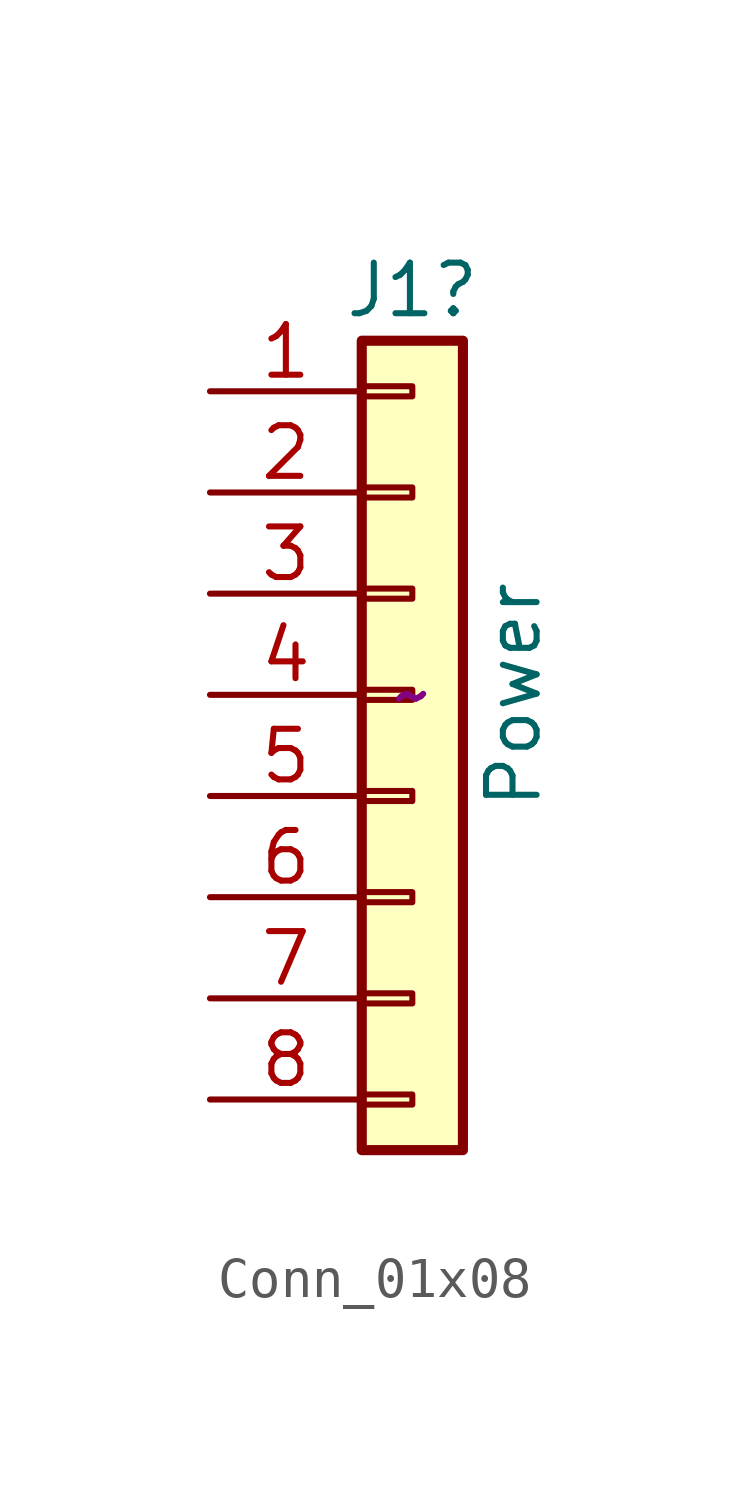
<source format=kicad_sym>
(kicad_symbol_lib
  (version 20241209)
  (generator "kicad_symbol_editor")
  (generator_version "9.0")
  (symbol "Conn_01x08"
    (pin_names
      (offset 1.016)
      (hide yes))
    (property "Reference" "J1"
      (at 0 10.16 0)
      (effects (font (size 1.27 1.27))))
    (property "Value" "Power"
      (at 2.54 0 90)
      (effects (font (size 1.27 1.27))))
    (property "Datasheet" "~"
      (at 0 0 0)
      (effects (font (size 1.27 1.27))))
    (symbol "Conn_01x08_1_1"
      (rectangle (start -1.27 8.89) (end 1.27 -11.43) (stroke (width 0.254) (type default)) (fill (type background)))
      (rectangle (start -1.27 7.747) (end 0 7.493) (stroke (width 0.152) (type default)) (fill (type none)))
      (rectangle (start -1.27 5.207) (end 0 4.953) (stroke (width 0.152) (type default)) (fill (type none)))
      (rectangle (start -1.27 2.667) (end 0 2.413) (stroke (width 0.152) (type default)) (fill (type none)))
      (rectangle (start -1.27 0.127) (end 0 -0.127) (stroke (width 0.152) (type default)) (fill (type none)))
      (rectangle (start -1.27 -2.413) (end 0 -2.667) (stroke (width 0.152) (type default)) (fill (type none)))
      (rectangle (start -1.27 -4.953) (end 0 -5.207) (stroke (width 0.152) (type default)) (fill (type none)))
      (rectangle (start -1.27 -7.493) (end 0 -7.747) (stroke (width 0.152) (type default)) (fill (type none)))
      (rectangle (start -1.27 -10.033) (end 0 -10.287) (stroke (width 0.152) (type default)) (fill (type none)))
      (pin passive line (at -5.08 7.62 0) (length 3.81) (name "Pin_1" (effects (font (size 1.27 1.27)))) (number "1" (effects (font (size 1.27 1.27)))))
      (pin passive line (at -5.08 5.08 0) (length 3.81) (name "Pin_2" (effects (font (size 1.27 1.27)))) (number "2" (effects (font (size 1.27 1.27)))))
      (pin passive line (at -5.08 2.54 0) (length 3.81) (name "Pin_3" (effects (font (size 1.27 1.27)))) (number "3" (effects (font (size 1.27 1.27)))))
      (pin power_out line (at -5.08 0 0) (length 3.81) (name "Pin_4" (effects (font (size 1.27 1.27)))) (number "4" (effects (font (size 1.27 1.27)))))
      (pin power_out line (at -5.08 -2.54 0) (length 3.81) (name "Pin_5" (effects (font (size 1.27 1.27)))) (number "5" (effects (font (size 1.27 1.27)))))
      (pin power_in line (at -5.08 -5.08 0) (length 3.81) (name "Pin_6" (effects (font (size 1.27 1.27)))) (number "6" (effects (font (size 1.27 1.27)))))
      (pin power_in line (at -5.08 -7.62 0) (length 3.81) (name "Pin_7" (effects (font (size 1.27 1.27)))) (number "7" (effects (font (size 1.27 1.27)))))
      (pin passive line (at -5.08 -10.16 0) (length 3.81) (name "Pin_8" (effects (font (size 1.27 1.27)))) (number "8" (effects (font (size 1.27 1.27))))))))
</source>
